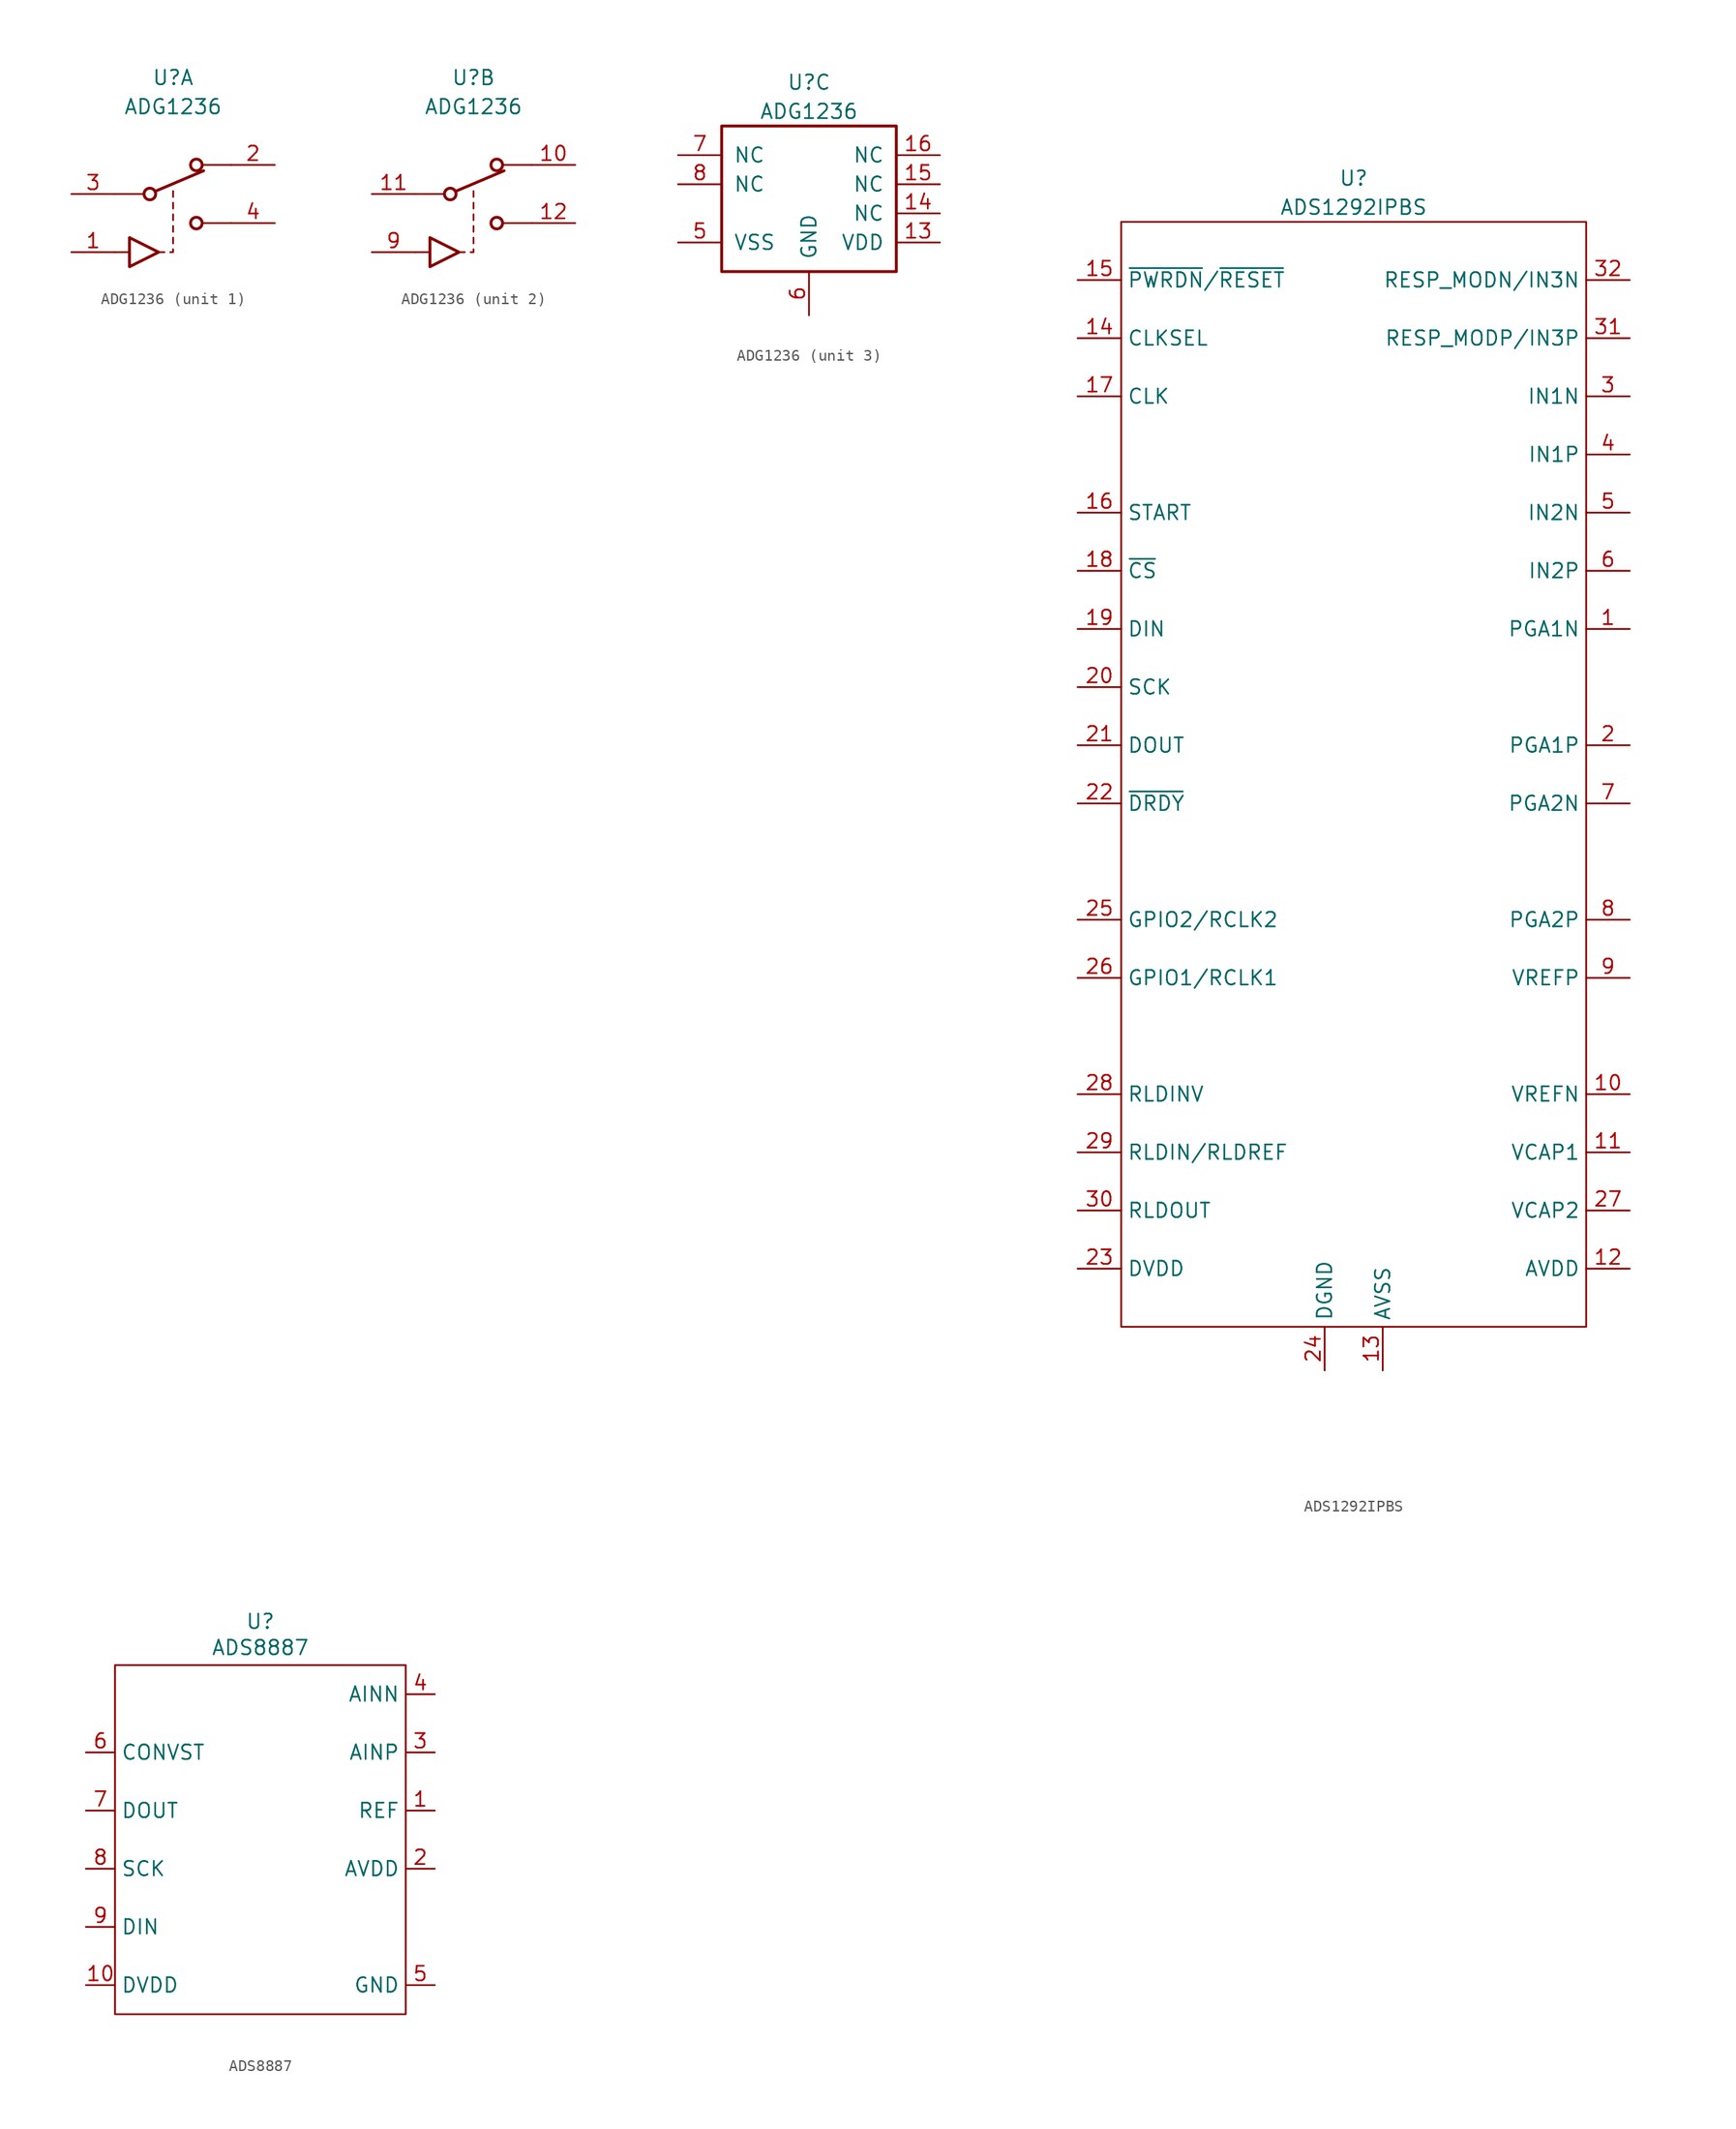
<source format=kicad_sym>
(kicad_symbol_lib
  (version 20231120)
  (generator "kicad_symbol_editor")
  (generator_version "8.0")
  (symbol "ADG1236"
    (pin_names
      (offset 1.016))
    (property "Reference" "U"
      (at 0 10.16 0)
      (effects (font (size 1.27 1.27))))
    (property "Value" "ADG1236"
      (at 0 7.62 0)
      (effects (font (size 1.27 1.27))))
    (property "ki_locked" ""
      (at 0 0 0)
      (effects (font (size 1.27 1.27))))
    (symbol "ADG1236_1_1"
      (circle (center -2.032 0) (radius 0.508) (stroke (width 0.254) (type default)) (fill (type none)))
      (polyline (pts (xy -3.81 -5.08) (xy -5.08 -5.08)) (stroke (width 0) (type default)) (fill (type none)))
      (polyline (pts (xy -2.54 0) (xy -5.08 0)) (stroke (width 0) (type default)) (fill (type none)))
      (polyline (pts (xy -1.524 0.254) (xy 2.667 2.032)) (stroke (width 0.254) (type default)) (fill (type none)))
      (polyline (pts (xy -1.27 -5.08) (xy -0.762 -5.08)) (stroke (width 0) (type default)) (fill (type none)))
      (polyline (pts (xy 0 -4.318) (xy 0 -3.81)) (stroke (width 0) (type default)) (fill (type none)))
      (polyline (pts (xy 0 -3.302) (xy 0 -2.794)) (stroke (width 0) (type default)) (fill (type none)))
      (polyline (pts (xy 0 -2.286) (xy 0 -1.778)) (stroke (width 0) (type default)) (fill (type none)))
      (polyline (pts (xy 0 -1.27) (xy 0 -0.762)) (stroke (width 0) (type default)) (fill (type none)))
      (polyline (pts (xy 0 -0.254) (xy 0 0.254)) (stroke (width 0) (type default)) (fill (type none)))
      (polyline (pts (xy 2.54 -2.54) (xy 5.08 -2.54)) (stroke (width 0) (type default)) (fill (type none)))
      (polyline (pts (xy 2.54 2.54) (xy 5.08 2.54)) (stroke (width 0) (type default)) (fill (type none)))
      (polyline (pts (xy -0.254 -5.08) (xy 0 -5.08) (xy 0 -4.826)) (stroke (width 0) (type default)) (fill (type none)))
      (polyline (pts (xy -3.81 -3.81) (xy -1.27 -5.08) (xy -3.81 -6.35) (xy -3.81 -3.81)) (stroke (width 0.254) (type default)) (fill (type none)))
      (circle (center 2.032 -2.54) (radius 0.508) (stroke (width 0.254) (type default)) (fill (type none)))
      (circle (center 2.032 2.54) (radius 0.508) (stroke (width 0.254) (type default)) (fill (type none)))
      (pin input line (at -8.89 -5.08 0) (length 3.81) (name "~" (effects (font (size 1.27 1.27)))) (number "1" (effects (font (size 1.27 1.27)))))
      (pin passive line (at 8.89 2.54 180) (length 3.81) (name "~" (effects (font (size 1.27 1.27)))) (number "2" (effects (font (size 1.27 1.27)))))
      (pin passive line (at -8.89 0 0) (length 3.81) (name "~" (effects (font (size 1.27 1.27)))) (number "3" (effects (font (size 1.27 1.27)))))
      (pin passive line (at 8.89 -2.54 180) (length 3.81) (name "~" (effects (font (size 1.27 1.27)))) (number "4" (effects (font (size 1.27 1.27))))))
    (symbol "ADG1236_2_1"
      (circle (center -2.032 0) (radius 0.508) (stroke (width 0.254) (type default)) (fill (type none)))
      (polyline (pts (xy -5.08 -5.08) (xy -3.81 -5.08)) (stroke (width 0) (type default)) (fill (type none)))
      (polyline (pts (xy -2.54 0) (xy -5.08 0)) (stroke (width 0) (type default)) (fill (type none)))
      (polyline (pts (xy -1.524 0.254) (xy 2.667 2.032)) (stroke (width 0.254) (type default)) (fill (type none)))
      (polyline (pts (xy -1.27 -5.08) (xy -0.762 -5.08)) (stroke (width 0) (type default)) (fill (type none)))
      (polyline (pts (xy 0 -4.318) (xy 0 -3.81)) (stroke (width 0) (type default)) (fill (type none)))
      (polyline (pts (xy 0 -3.302) (xy 0 -2.794)) (stroke (width 0) (type default)) (fill (type none)))
      (polyline (pts (xy 0 -2.286) (xy 0 -1.778)) (stroke (width 0) (type default)) (fill (type none)))
      (polyline (pts (xy 0 -0.254) (xy 0 0.254)) (stroke (width 0) (type default)) (fill (type none)))
      (polyline (pts (xy 2.54 -2.54) (xy 5.08 -2.54)) (stroke (width 0) (type default)) (fill (type none)))
      (polyline (pts (xy 2.54 2.54) (xy 5.08 2.54)) (stroke (width 0) (type default)) (fill (type none)))
      (polyline (pts (xy -0.254 -5.08) (xy 0 -5.08) (xy 0 -4.826)) (stroke (width 0) (type default)) (fill (type none)))
      (polyline (pts (xy 0 -1.27) (xy 0 -0.762) (xy 0 -1.016)) (stroke (width 0) (type default)) (fill (type none)))
      (polyline (pts (xy -3.81 -5.08) (xy -3.81 -3.81) (xy -1.27 -5.08) (xy -3.81 -6.35) (xy -3.81 -5.08)) (stroke (width 0.254) (type default)) (fill (type none)))
      (circle (center 2.032 -2.54) (radius 0.508) (stroke (width 0.254) (type default)) (fill (type none)))
      (circle (center 2.032 2.54) (radius 0.508) (stroke (width 0.254) (type default)) (fill (type none)))
      (pin passive line (at 8.89 2.54 180) (length 3.81) (name "~" (effects (font (size 1.27 1.27)))) (number "10" (effects (font (size 1.27 1.27)))))
      (pin passive line (at -8.89 0 0) (length 3.81) (name "~" (effects (font (size 1.27 1.27)))) (number "11" (effects (font (size 1.27 1.27)))))
      (pin passive line (at 8.89 -2.54 180) (length 3.81) (name "~" (effects (font (size 1.27 1.27)))) (number "12" (effects (font (size 1.27 1.27)))))
      (pin input line (at -8.89 -5.08 0) (length 3.81) (name "~" (effects (font (size 1.27 1.27)))) (number "9" (effects (font (size 1.27 1.27))))))
    (symbol "ADG1236_3_1"
      (rectangle (start -7.62 6.35) (end 7.62 -6.35) (stroke (width 0.254) (type default)) (fill (type none)))
      (pin power_in line (at 11.43 -3.81 180) (length 3.81) (name "VDD" (effects (font (size 1.27 1.27)))) (number "13" (effects (font (size 1.27 1.27)))))
      (pin passive line (at 11.43 -1.27 180) (length 3.81) (name "NC" (effects (font (size 1.27 1.27)))) (number "14" (effects (font (size 1.27 1.27)))))
      (pin passive line (at 11.43 1.27 180) (length 3.81) (name "NC" (effects (font (size 1.27 1.27)))) (number "15" (effects (font (size 1.27 1.27)))))
      (pin passive line (at 11.43 3.81 180) (length 3.81) (name "NC" (effects (font (size 1.27 1.27)))) (number "16" (effects (font (size 1.27 1.27)))))
      (pin power_in line (at -11.43 -3.81 0) (length 3.81) (name "VSS" (effects (font (size 1.27 1.27)))) (number "5" (effects (font (size 1.27 1.27)))))
      (pin power_in line (at 0 -10.16 90) (length 3.81) (name "GND" (effects (font (size 1.27 1.27)))) (number "6" (effects (font (size 1.27 1.27)))))
      (pin passive line (at -11.43 3.81 0) (length 3.81) (name "NC" (effects (font (size 1.27 1.27)))) (number "7" (effects (font (size 1.27 1.27)))))
      (pin passive line (at -11.43 1.27 0) (length 3.81) (name "NC" (effects (font (size 1.27 1.27)))) (number "8" (effects (font (size 1.27 1.27)))))))
  (symbol "ADS1292IPBS"
    (property "Reference" "U"
      (at 0 52.07 0)
      (effects (font (size 1.27 1.27))))
    (property "Value" "ADS1292IPBS"
      (at 0 49.53 0)
      (effects (font (size 1.27 1.27))))
    (symbol "ADS1292IPBS_0_1"
      (rectangle (start -20.32 48.26) (end 20.32 -48.26) (stroke (width 0) (type default)) (fill (type none))))
    (symbol "ADS1292IPBS_1_1"
      (pin input line (at 24.13 12.7 180) (length 3.81) (name "PGA1N" (effects (font (size 1.27 1.27)))) (number "1" (effects (font (size 1.27 1.27)))))
      (pin input line (at 24.13 -27.94 180) (length 3.81) (name "VREFN" (effects (font (size 1.27 1.27)))) (number "10" (effects (font (size 1.27 1.27)))))
      (pin input line (at 24.13 -33.02 180) (length 3.81) (name "VCAP1" (effects (font (size 1.27 1.27)))) (number "11" (effects (font (size 1.27 1.27)))))
      (pin input line (at 24.13 -43.18 180) (length 3.81) (name "AVDD" (effects (font (size 1.27 1.27)))) (number "12" (effects (font (size 1.27 1.27)))))
      (pin input line (at 2.54 -52.07 90) (length 3.81) (name "AVSS" (effects (font (size 1.27 1.27)))) (number "13" (effects (font (size 1.27 1.27)))))
      (pin input line (at -24.13 38.1 0) (length 3.81) (name "CLKSEL" (effects (font (size 1.27 1.27)))) (number "14" (effects (font (size 1.27 1.27)))))
      (pin input line (at -24.13 43.18 0) (length 3.81) (name "~{PWRDN}/~{RESET}" (effects (font (size 1.27 1.27)))) (number "15" (effects (font (size 1.27 1.27)))))
      (pin input line (at -24.13 22.86 0) (length 3.81) (name "START" (effects (font (size 1.27 1.27)))) (number "16" (effects (font (size 1.27 1.27)))))
      (pin input line (at -24.13 33.02 0) (length 3.81) (name "CLK" (effects (font (size 1.27 1.27)))) (number "17" (effects (font (size 1.27 1.27)))))
      (pin input line (at -24.13 17.78 0) (length 3.81) (name "~{CS}" (effects (font (size 1.27 1.27)))) (number "18" (effects (font (size 1.27 1.27)))))
      (pin input line (at -24.13 12.7 0) (length 3.81) (name "DIN" (effects (font (size 1.27 1.27)))) (number "19" (effects (font (size 1.27 1.27)))))
      (pin input line (at 24.13 2.54 180) (length 3.81) (name "PGA1P" (effects (font (size 1.27 1.27)))) (number "2" (effects (font (size 1.27 1.27)))))
      (pin input line (at -24.13 7.62 0) (length 3.81) (name "SCK" (effects (font (size 1.27 1.27)))) (number "20" (effects (font (size 1.27 1.27)))))
      (pin input line (at -24.13 2.54 0) (length 3.81) (name "DOUT" (effects (font (size 1.27 1.27)))) (number "21" (effects (font (size 1.27 1.27)))))
      (pin input line (at -24.13 -2.54 0) (length 3.81) (name "~{DRDY}" (effects (font (size 1.27 1.27)))) (number "22" (effects (font (size 1.27 1.27)))))
      (pin input line (at -24.13 -43.18 0) (length 3.81) (name "DVDD" (effects (font (size 1.27 1.27)))) (number "23" (effects (font (size 1.27 1.27)))))
      (pin input line (at -2.54 -52.07 90) (length 3.81) (name "DGND" (effects (font (size 1.27 1.27)))) (number "24" (effects (font (size 1.27 1.27)))))
      (pin input line (at -24.13 -12.7 0) (length 3.81) (name "GPIO2/RCLK2" (effects (font (size 1.27 1.27)))) (number "25" (effects (font (size 1.27 1.27)))))
      (pin input line (at -24.13 -17.78 0) (length 3.81) (name "GPIO1/RCLK1" (effects (font (size 1.27 1.27)))) (number "26" (effects (font (size 1.27 1.27)))))
      (pin input line (at 24.13 -38.1 180) (length 3.81) (name "VCAP2" (effects (font (size 1.27 1.27)))) (number "27" (effects (font (size 1.27 1.27)))))
      (pin input line (at -24.13 -27.94 0) (length 3.81) (name "RLDINV" (effects (font (size 1.27 1.27)))) (number "28" (effects (font (size 1.27 1.27)))))
      (pin input line (at -24.13 -33.02 0) (length 3.81) (name "RLDIN/RLDREF" (effects (font (size 1.27 1.27)))) (number "29" (effects (font (size 1.27 1.27)))))
      (pin input line (at 24.13 33.02 180) (length 3.81) (name "IN1N" (effects (font (size 1.27 1.27)))) (number "3" (effects (font (size 1.27 1.27)))))
      (pin input line (at -24.13 -38.1 0) (length 3.81) (name "RLDOUT" (effects (font (size 1.27 1.27)))) (number "30" (effects (font (size 1.27 1.27)))))
      (pin input line (at 24.13 38.1 180) (length 3.81) (name "RESP_MODP/IN3P" (effects (font (size 1.27 1.27)))) (number "31" (effects (font (size 1.27 1.27)))))
      (pin input line (at 24.13 43.18 180) (length 3.81) (name "RESP_MODN/IN3N" (effects (font (size 1.27 1.27)))) (number "32" (effects (font (size 1.27 1.27)))))
      (pin input line (at 24.13 27.94 180) (length 3.81) (name "IN1P" (effects (font (size 1.27 1.27)))) (number "4" (effects (font (size 1.27 1.27)))))
      (pin input line (at 24.13 22.86 180) (length 3.81) (name "IN2N" (effects (font (size 1.27 1.27)))) (number "5" (effects (font (size 1.27 1.27)))))
      (pin input line (at 24.13 17.78 180) (length 3.81) (name "IN2P" (effects (font (size 1.27 1.27)))) (number "6" (effects (font (size 1.27 1.27)))))
      (pin input line (at 24.13 -2.54 180) (length 3.81) (name "PGA2N" (effects (font (size 1.27 1.27)))) (number "7" (effects (font (size 1.27 1.27)))))
      (pin input line (at 24.13 -12.7 180) (length 3.81) (name "PGA2P" (effects (font (size 1.27 1.27)))) (number "8" (effects (font (size 1.27 1.27)))))
      (pin input line (at 24.13 -17.78 180) (length 3.81) (name "VREFP" (effects (font (size 1.27 1.27)))) (number "9" (effects (font (size 1.27 1.27)))))))
  (symbol "ADS8887"
    (property "Reference" "U"
      (at 0 19.05 0)
      (effects (font (size 1.27 1.27))))
    (property "Value" "ADS8887"
      (at 0 16.764 0)
      (effects (font (size 1.27 1.27))))
    (symbol "ADS8887_0_1"
      (rectangle (start -12.7 -15.24) (end 12.7 15.24) (stroke (width 0) (type default)) (fill (type none))))
    (symbol "ADS8887_1_1"
      (pin input line (at 15.24 2.54 180) (length 2.54) (name "REF" (effects (font (size 1.27 1.27)))) (number "1" (effects (font (size 1.27 1.27)))))
      (pin power_in line (at -15.24 -12.7 0) (length 2.54) (name "DVDD" (effects (font (size 1.27 1.27)))) (number "10" (effects (font (size 1.27 1.27)))))
      (pin power_in line (at 15.24 -2.54 180) (length 2.54) (name "AVDD" (effects (font (size 1.27 1.27)))) (number "2" (effects (font (size 1.27 1.27)))))
      (pin input line (at 15.24 7.62 180) (length 2.54) (name "AINP" (effects (font (size 1.27 1.27)))) (number "3" (effects (font (size 1.27 1.27)))))
      (pin input line (at 15.24 12.7 180) (length 2.54) (name "AINN" (effects (font (size 1.27 1.27)))) (number "4" (effects (font (size 1.27 1.27)))))
      (pin power_in line (at 15.24 -12.7 180) (length 2.54) (name "GND" (effects (font (size 1.27 1.27)))) (number "5" (effects (font (size 1.27 1.27)))))
      (pin input line (at -15.24 7.62 0) (length 2.54) (name "CONVST" (effects (font (size 1.27 1.27)))) (number "6" (effects (font (size 1.27 1.27)))))
      (pin output line (at -15.24 2.54 0) (length 2.54) (name "DOUT" (effects (font (size 1.27 1.27)))) (number "7" (effects (font (size 1.27 1.27)))))
      (pin input line (at -15.24 -2.54 0) (length 2.54) (name "SCK" (effects (font (size 1.27 1.27)))) (number "8" (effects (font (size 1.27 1.27)))))
      (pin input line (at -15.24 -7.62 0) (length 2.54) (name "DIN" (effects (font (size 1.27 1.27)))) (number "9" (effects (font (size 1.27 1.27))))))))
</source>
